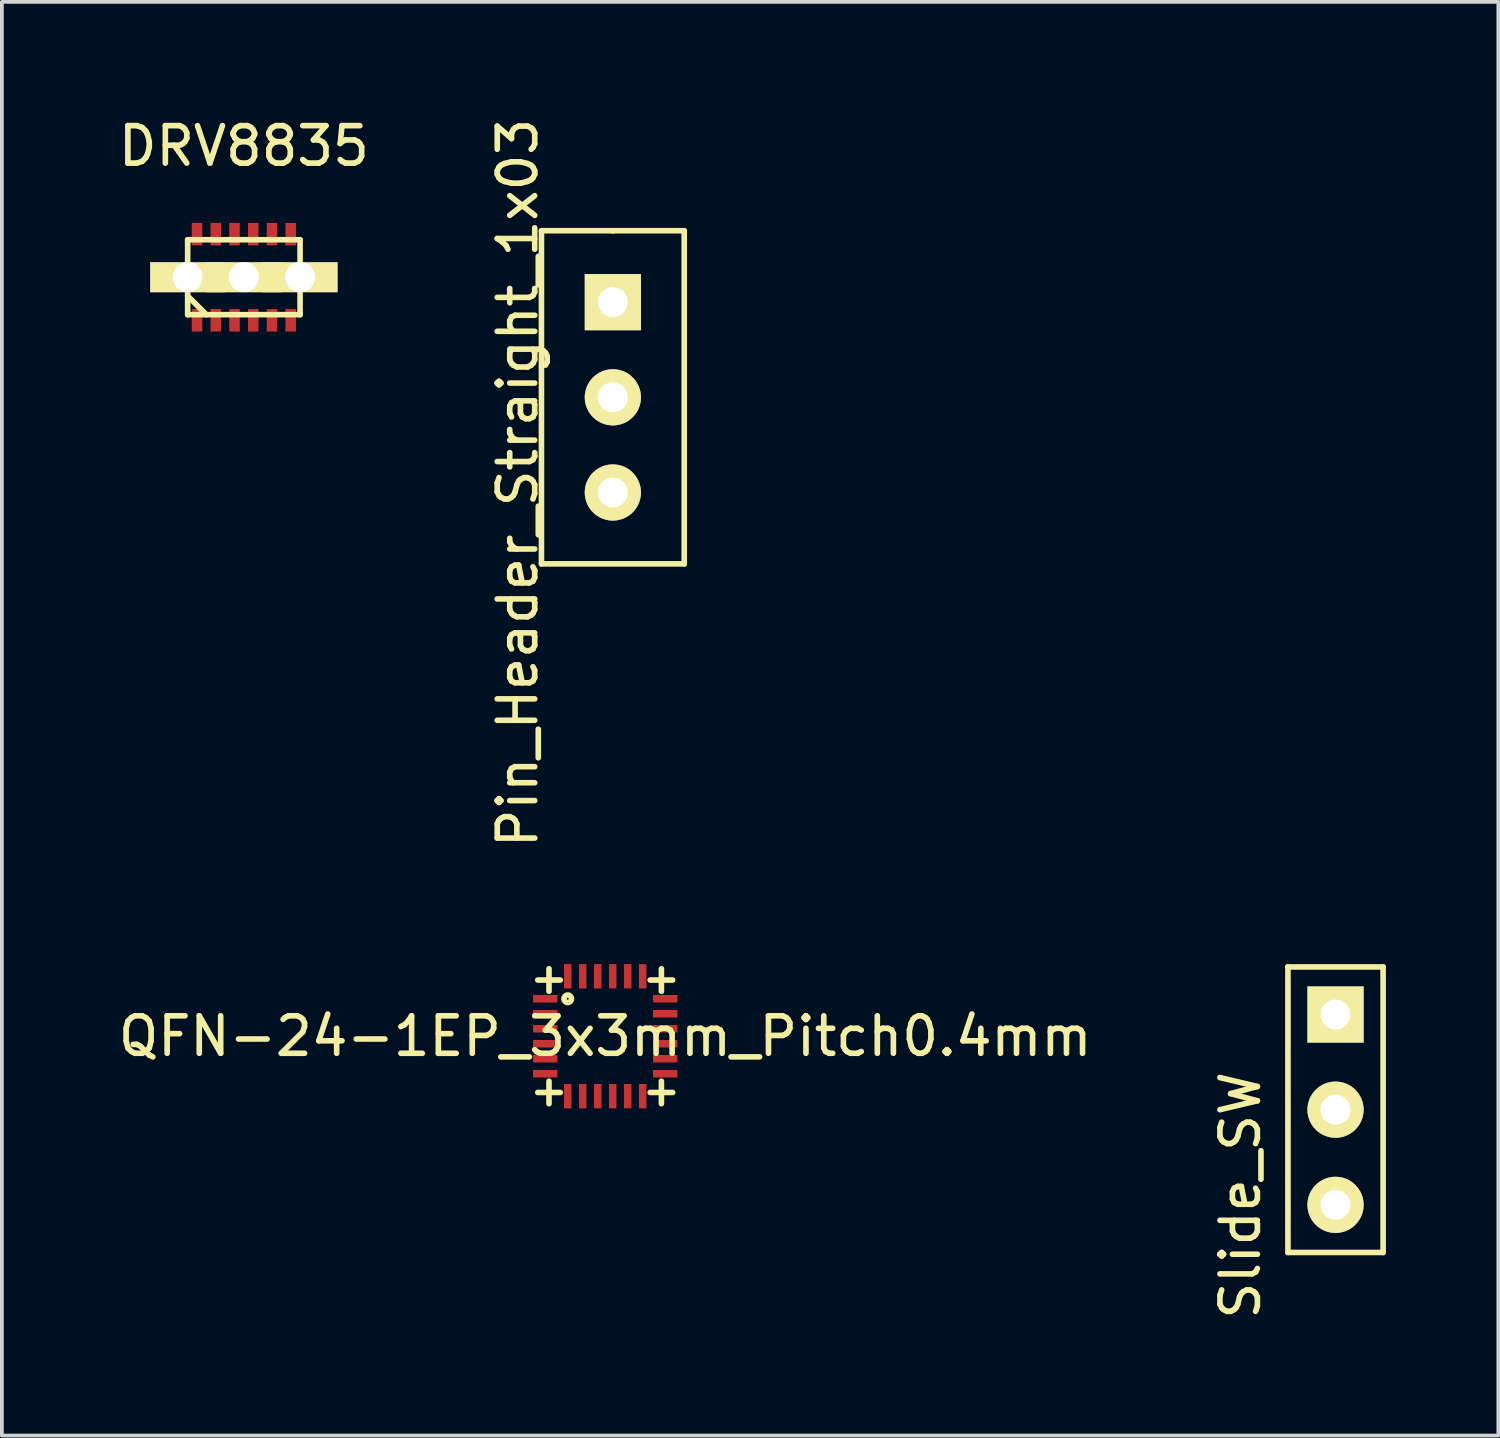
<source format=kicad_pcb>
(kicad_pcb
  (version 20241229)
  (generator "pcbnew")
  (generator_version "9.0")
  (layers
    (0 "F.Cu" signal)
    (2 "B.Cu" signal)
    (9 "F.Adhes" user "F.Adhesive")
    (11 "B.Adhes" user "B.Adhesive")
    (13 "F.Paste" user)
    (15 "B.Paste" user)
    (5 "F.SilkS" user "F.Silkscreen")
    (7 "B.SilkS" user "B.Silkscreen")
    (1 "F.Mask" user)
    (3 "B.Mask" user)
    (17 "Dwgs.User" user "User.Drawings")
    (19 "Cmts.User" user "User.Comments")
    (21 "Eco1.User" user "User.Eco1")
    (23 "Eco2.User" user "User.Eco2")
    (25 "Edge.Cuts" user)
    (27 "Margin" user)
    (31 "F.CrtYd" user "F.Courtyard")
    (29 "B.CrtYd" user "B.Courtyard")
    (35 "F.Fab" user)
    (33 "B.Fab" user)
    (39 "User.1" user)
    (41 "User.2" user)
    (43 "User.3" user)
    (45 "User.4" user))
  (footprint "QFN-24-1EP_3x3mm_Pitch0.4mm"
    (layer "F.Cu")
    (at 13.101 24.604)
    (property "Reference" "QFN-24-1EP_3x3mm_Pitch0.4mm" (at 0 0 0) (layer "F.SilkS") (effects (font (size 1 1) (thickness 0.15))))
    (attr smd)
    (fp_line (start -1.5 -1.5) (end -1.8 -1.5) (stroke (width 0.15) (type solid)) (layer "F.SilkS"))
    (fp_line (start -1.5 -1.5) (end -1.5 -1.8) (stroke (width 0.15) (type solid)) (layer "F.SilkS"))
    (fp_line (start -1.5 -1.5) (end -1.5 -1.2) (stroke (width 0.15) (type solid)) (layer "F.SilkS"))
    (fp_line (start -1.5 1.2) (end -1.5 1.8) (stroke (width 0.15) (type solid)) (layer "F.SilkS"))
    (fp_line (start -1.2 -1.5) (end -1.5 -1.5) (stroke (width 0.15) (type solid)) (layer "F.SilkS"))
    (fp_line (start -1.2 1.5) (end -1.8 1.5) (stroke (width 0.15) (type solid)) (layer "F.SilkS"))
    (fp_line (start 1.2 -1.5) (end 1.8 -1.5) (stroke (width 0.15) (type solid)) (layer "F.SilkS"))
    (fp_line (start 1.2 1.5) (end 1.8 1.5) (stroke (width 0.15) (type solid)) (layer "F.SilkS"))
    (fp_line (start 1.5 -1.2) (end 1.5 -1.8) (stroke (width 0.15) (type solid)) (layer "F.SilkS"))
    (fp_line (start 1.5 1.2) (end 1.5 1.8) (stroke (width 0.15) (type solid)) (layer "F.SilkS"))
    (fp_circle (center -1 -1) (end -0.9 -1) (stroke (width 0.15) (type solid)) (fill no) (layer "F.SilkS"))
    (pad "1" smd rect (at -1.6 -1) (size 0.65 0.2) (layers "F.Cu" "F.Mask" "F.Paste"))
    (pad "2" smd rect (at -1.6 -0.6) (size 0.65 0.2) (layers "F.Cu" "F.Mask" "F.Paste"))
    (pad "3" smd rect (at -1.6 -0.2) (size 0.65 0.2) (layers "F.Cu" "F.Mask" "F.Paste"))
    (pad "4" smd rect (at -1.6 0.2) (size 0.65 0.2) (layers "F.Cu" "F.Mask" "F.Paste"))
    (pad "5" smd rect (at -1.6 0.6) (size 0.65 0.2) (layers "F.Cu" "F.Mask" "F.Paste"))
    (pad "6" smd rect (at -1.6 1) (size 0.65 0.2) (layers "F.Cu" "F.Mask" "F.Paste"))
    (pad "7" smd rect (at -1 1.6) (size 0.2 0.65) (layers "F.Cu" "F.Mask" "F.Paste"))
    (pad "8" smd rect (at -0.6 1.6) (size 0.2 0.65) (layers "F.Cu" "F.Mask" "F.Paste"))
    (pad "9" smd rect (at -0.2 1.6) (size 0.2 0.65) (layers "F.Cu" "F.Mask" "F.Paste"))
    (pad "10" smd rect (at 0.2 1.6) (size 0.2 0.65) (layers "F.Cu" "F.Mask" "F.Paste"))
    (pad "11" smd rect (at 0.6 1.6) (size 0.2 0.65) (layers "F.Cu" "F.Mask" "F.Paste"))
    (pad "12" smd rect (at 1 1.6) (size 0.2 0.65) (layers "F.Cu" "F.Mask" "F.Paste"))
    (pad "13" smd rect (at 1.6 1) (size 0.65 0.2) (layers "F.Cu" "F.Mask" "F.Paste"))
    (pad "14" smd rect (at 1.6 0.6) (size 0.65 0.2) (layers "F.Cu" "F.Mask" "F.Paste"))
    (pad "15" smd rect (at 1.6 0.2) (size 0.65 0.2) (layers "F.Cu" "F.Mask" "F.Paste"))
    (pad "16" smd rect (at 1.6 -0.2) (size 0.65 0.2) (layers "F.Cu" "F.Mask" "F.Paste"))
    (pad "17" smd rect (at 1.6 -0.6) (size 0.65 0.2) (layers "F.Cu" "F.Mask" "F.Paste"))
    (pad "18" smd rect (at 1.6 -1) (size 0.65 0.2) (layers "F.Cu" "F.Mask" "F.Paste"))
    (pad "19" smd rect (at 1 -1.6) (size 0.2 0.65) (layers "F.Cu" "F.Mask" "F.Paste"))
    (pad "20" smd rect (at 0.6 -1.6) (size 0.2 0.65) (layers "F.Cu" "F.Mask" "F.Paste"))
    (pad "21" smd rect (at 0.2 -1.6) (size 0.2 0.65) (layers "F.Cu" "F.Mask" "F.Paste"))
    (pad "22" smd rect (at -0.2 -1.6) (size 0.2 0.65) (layers "F.Cu" "F.Mask" "F.Paste"))
    (pad "23" smd rect (at -0.6 -1.6) (size 0.2 0.65) (layers "F.Cu" "F.Mask" "F.Paste"))
    (pad "24" smd rect (at -1 -1.6) (size 0.2 0.65) (layers "F.Cu" "F.Mask" "F.Paste")))
  (footprint "Pin_Header_Straight_1x03"
    (placed yes)
    (layer "F.Cu")
    (at 13.305 5.013)
    (property "Reference" "Pin_Header_Straight_1x03" (at -2.54 4.826 90) (layer "F.SilkS") (effects (font (size 1 1) (thickness 0.15))))
    (attr through_hole)
    (fp_line (start -1.905 -1.905) (end -1.905 6.985) (stroke (width 0.15) (type solid)) (layer "F.SilkS"))
    (fp_line (start -1.905 6.985) (end 1.905 6.985) (stroke (width 0.15) (type solid)) (layer "F.SilkS"))
    (fp_line (start 0 -1.905) (end -1.905 -1.905) (stroke (width 0.15) (type solid)) (layer "F.SilkS"))
    (fp_line (start 1.905 -1.905) (end 0 -1.905) (stroke (width 0.15) (type solid)) (layer "F.SilkS"))
    (fp_line (start 1.905 6.985) (end 1.905 -1.905) (stroke (width 0.15) (type solid)) (layer "F.SilkS"))
    (pad "1" thru_hole rect (at 0 0) (size 1.5 1.5) (drill 0.8) (layers "*.Cu" "*.Mask" "F.SilkS"))
    (pad "2" thru_hole oval (at 0 2.54) (size 1.5 1.5) (drill 0.8) (layers "*.Cu" "*.Mask" "F.SilkS"))
    (pad "3" thru_hole oval (at 0 5.08) (size 1.5 1.5) (drill 0.8) (layers "*.Cu" "*.Mask" "F.SilkS")))
  (footprint "DRV8835"
    (placed yes)
    (layer "F.Cu")
    (at 3.458 4.348)
    (property "Reference" "DRV8835" (at 0 -3.5 0) (layer "F.SilkS") (effects (font (size 1 1) (thickness 0.15))))
    (attr through_hole)
    (fp_line (start -1.5 -1) (end -1.5 1) (stroke (width 0.15) (type solid)) (layer "F.SilkS"))
    (fp_line (start -1.5 0.5) (end -1 1) (stroke (width 0.15) (type solid)) (layer "F.SilkS"))
    (fp_line (start -1.5 1) (end 1.5 1) (stroke (width 0.15) (type solid)) (layer "F.SilkS"))
    (fp_line (start 1.5 -1) (end -1.5 -1) (stroke (width 0.15) (type solid)) (layer "F.SilkS"))
    (fp_line (start 1.5 1) (end 1.5 -1) (stroke (width 0.15) (type solid)) (layer "F.SilkS"))
    (pad "1" smd rect (at -1.25 1.15) (size 0.28 0.6) (layers "F.Cu" "F.Mask" "F.Paste"))
    (pad "2" smd rect (at -0.75 1.15) (size 0.28 0.6) (layers "F.Cu" "F.Mask" "F.Paste"))
    (pad "3" smd rect (at -0.25 1.15) (size 0.28 0.6) (layers "F.Cu" "F.Mask" "F.Paste"))
    (pad "4" smd rect (at 0.25 1.15) (size 0.28 0.6) (layers "F.Cu" "F.Mask" "F.Paste"))
    (pad "5" smd rect (at 0.75 1.15) (size 0.28 0.6) (layers "F.Cu" "F.Mask" "F.Paste"))
    (pad "6" smd rect (at 1.25 1.15) (size 0.28 0.6) (layers "F.Cu" "F.Mask" "F.Paste"))
    (pad "7" smd rect (at 1.25 -1.15) (size 0.28 0.6) (layers "F.Cu" "F.Mask" "F.Paste"))
    (pad "8" smd rect (at 0.75 -1.15) (size 0.28 0.6) (layers "F.Cu" "F.Mask" "F.Paste"))
    (pad "9" smd rect (at 0.25 -1.15) (size 0.28 0.6) (layers "F.Cu" "F.Mask" "F.Paste"))
    (pad "10" smd rect (at -0.25 -1.15) (size 0.28 0.6) (layers "F.Cu" "F.Mask" "F.Paste"))
    (pad "11" smd rect (at -0.75 -1.15) (size 0.28 0.6) (layers "F.Cu" "F.Mask" "F.Paste"))
    (pad "12" smd rect (at -1.25 -1.15) (size 0.28 0.6) (layers "F.Cu" "F.Mask" "F.Paste"))
    (pad "13" thru_hole rect (at -1.5 0) (size 2 0.8) (drill 0.8) (layers "*.Cu" "*.Mask" "F.SilkS"))
    (pad "13" thru_hole rect (at 0 0) (size 2 0.8) (drill 0.8) (layers "*.Cu" "*.Mask" "F.SilkS"))
    (pad "13" thru_hole rect (at 1.5 0) (size 2 0.8) (drill 0.8) (layers "*.Cu" "*.Mask" "F.SilkS")))
  (footprint "Slide_SW"
    (placed yes)
    (layer "F.Cu")
    (at 32.591 24.024)
    (property "Reference" "Slide_SW" (at -2.54 4.826 90) (layer "F.SilkS") (effects (font (size 1 1) (thickness 0.15))))
    (attr through_hole)
    (fp_line (start -1.27 -1.27) (end 1.27 -1.27) (stroke (width 0.15) (type solid)) (layer "F.SilkS"))
    (fp_line (start -1.27 6.35) (end -1.27 -1.27) (stroke (width 0.15) (type solid)) (layer "F.SilkS"))
    (fp_line (start 1.27 -1.27) (end 1.27 6.35) (stroke (width 0.15) (type solid)) (layer "F.SilkS"))
    (fp_line (start 1.27 6.35) (end -1.27 6.35) (stroke (width 0.15) (type solid)) (layer "F.SilkS"))
    (pad "1" thru_hole rect (at 0 0) (size 1.5 1.5) (drill 0.8) (layers "*.Cu" "*.Mask" "F.SilkS"))
    (pad "2" thru_hole oval (at 0 2.54) (size 1.5 1.5) (drill 0.8) (layers "*.Cu" "*.Mask" "F.SilkS"))
    (pad "3" thru_hole oval (at 0 5.08) (size 1.5 1.5) (drill 0.8) (layers "*.Cu" "*.Mask" "F.SilkS")))
  (gr_rect
    (start -3 -3)
    (end 36.936 35.26)
    (stroke (width 0.1) (type default))
    (fill no)
    (layer "Edge.Cuts")))
</source>
